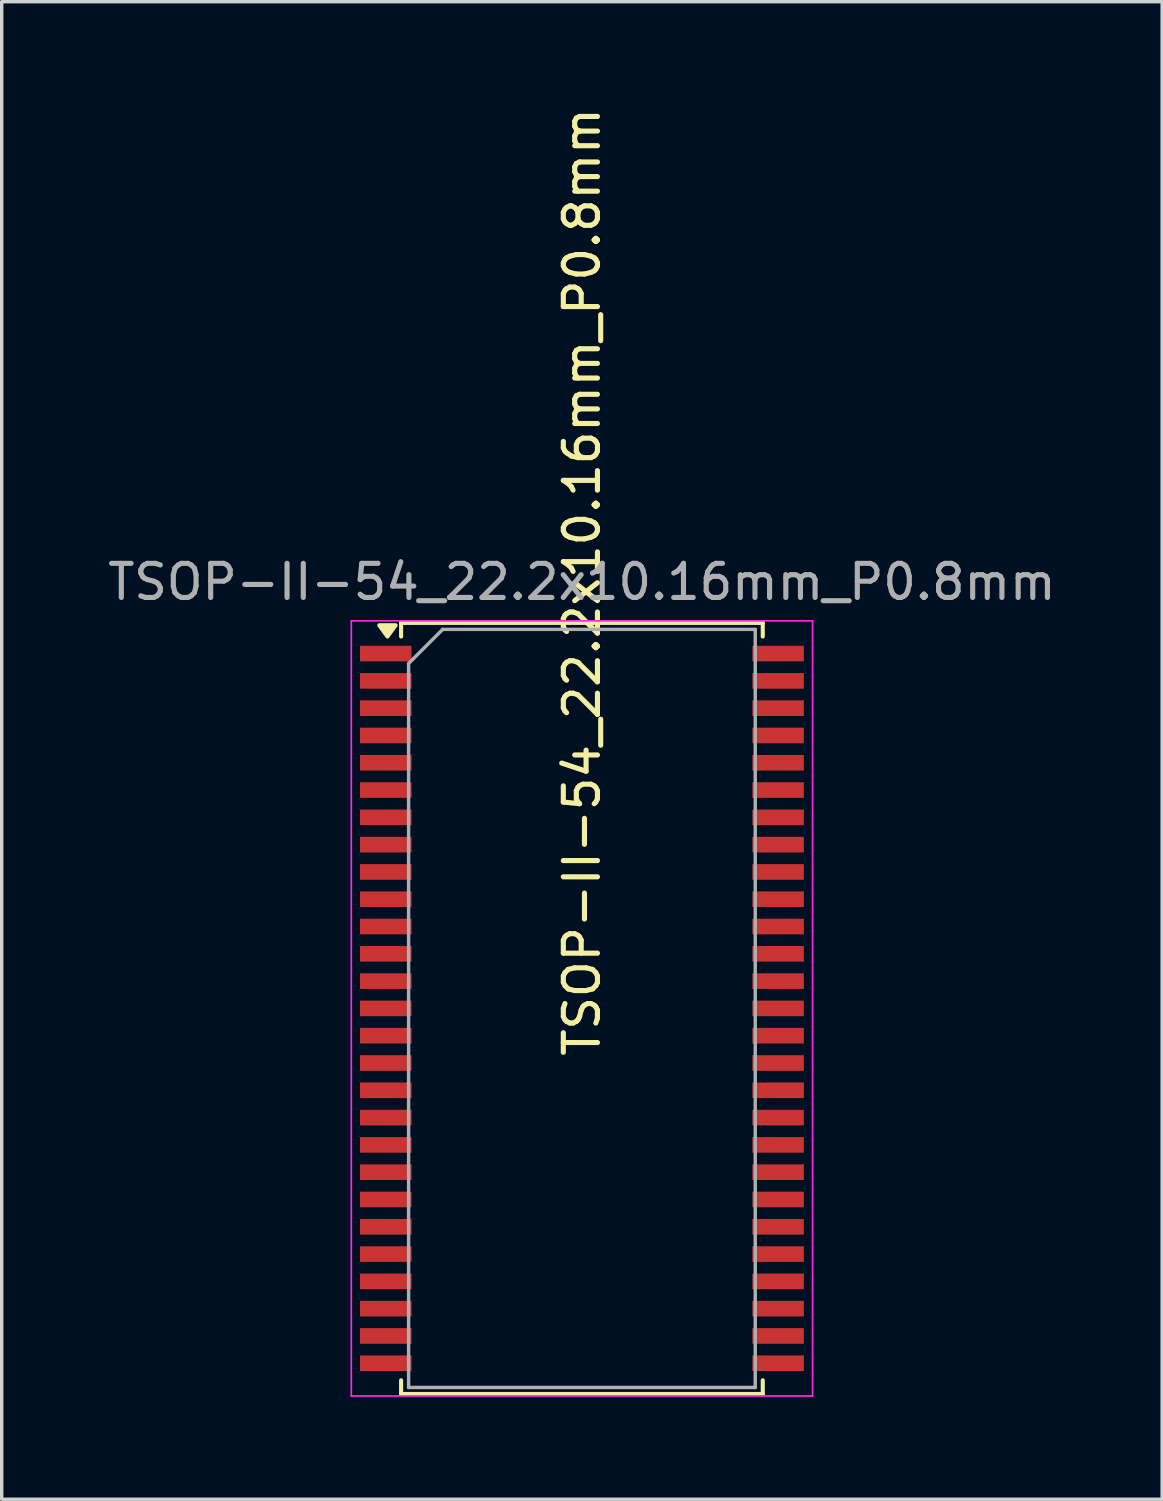
<source format=kicad_pcb>
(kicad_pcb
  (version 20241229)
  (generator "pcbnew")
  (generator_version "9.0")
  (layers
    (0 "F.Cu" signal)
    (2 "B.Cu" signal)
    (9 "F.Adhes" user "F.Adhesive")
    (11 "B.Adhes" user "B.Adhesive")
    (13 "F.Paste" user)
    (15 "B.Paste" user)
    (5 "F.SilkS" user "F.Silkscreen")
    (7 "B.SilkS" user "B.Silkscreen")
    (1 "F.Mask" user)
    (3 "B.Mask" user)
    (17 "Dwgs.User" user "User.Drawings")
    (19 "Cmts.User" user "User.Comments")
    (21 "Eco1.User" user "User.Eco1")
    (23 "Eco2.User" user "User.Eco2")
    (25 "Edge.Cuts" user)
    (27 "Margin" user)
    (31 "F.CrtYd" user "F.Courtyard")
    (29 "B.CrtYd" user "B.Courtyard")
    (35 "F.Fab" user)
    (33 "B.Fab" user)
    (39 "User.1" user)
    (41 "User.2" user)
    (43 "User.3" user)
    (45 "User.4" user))
  (footprint "TSOP-II-54_22.2x10.16mm_P0.8mm"
    (layer "F.Cu")
    (at 14.006 26.506)
    (property "Reference" "TSOP-II-54_22.2x10.16mm_P0.8mm" (at 0 -12.5 270) (layer "F.SilkS") (effects (font (size 1 1) (thickness 0.15))))
    (attr smd)
    (fp_line (start -5.3 -11.3) (end 5.3 -11.3) (stroke (width 0.12) (type solid)) (layer "F.SilkS"))
    (fp_line (start -5.3 -10.9) (end -5.3 -11.3) (stroke (width 0.12) (type solid)) (layer "F.SilkS"))
    (fp_line (start -5.3 10.9) (end -5.3 11.3) (stroke (width 0.12) (type solid)) (layer "F.SilkS"))
    (fp_line (start -5.3 11.3) (end 5.3 11.3) (stroke (width 0.12) (type solid)) (layer "F.SilkS"))
    (fp_line (start 5.3 -11.3) (end 5.3 -10.9) (stroke (width 0.12) (type solid)) (layer "F.SilkS"))
    (fp_line (start 5.3 10.9) (end 5.3 11.3) (stroke (width 0.12) (type solid)) (layer "F.SilkS"))
    (fp_poly (pts (xy -5.7 -10.9) (xy -5.94 -11.23) (xy -5.46 -11.23) (xy -5.7 -10.9)) (stroke (width 0.12) (type solid)) (fill yes) (layer "F.SilkS"))
    (fp_line (start -6.76 -11.36) (end -6.76 11.36) (stroke (width 0.05) (type solid)) (layer "F.CrtYd"))
    (fp_line (start -6.76 -11.36) (end 6.76 -11.36) (stroke (width 0.05) (type solid)) (layer "F.CrtYd"))
    (fp_line (start 6.76 -11.36) (end 6.76 11.36) (stroke (width 0.05) (type solid)) (layer "F.CrtYd"))
    (fp_line (start 6.76 11.36) (end -6.76 11.36) (stroke (width 0.05) (type solid)) (layer "F.CrtYd"))
    (fp_line (start -5.08 11.11) (end -5.08 -10.11) (stroke (width 0.1) (type solid)) (layer "F.Fab"))
    (fp_line (start -4.08 -11.11) (end -5.08 -10.11) (stroke (width 0.1) (type solid)) (layer "F.Fab"))
    (fp_line (start -4.08 -11.11) (end 5.08 -11.11) (stroke (width 0.1) (type solid)) (layer "F.Fab"))
    (fp_line (start 5.08 -11.11) (end 5.08 11.11) (stroke (width 0.1) (type solid)) (layer "F.Fab"))
    (fp_line (start 5.08 11.11) (end -5.08 11.11) (stroke (width 0.1) (type solid)) (layer "F.Fab"))
    (fp_text user "${REFERENCE}" (at 0 -12.5 180) (layer "F.Fab") (effects (font (size 1 1) (thickness 0.15))))
    (pad "1" smd rect (at -5.75 -10.4) (size 1.51 0.458) (layers "F.Cu" "F.Mask" "F.Paste"))
    (pad "2" smd rect (at -5.75 -9.6) (size 1.51 0.458) (layers "F.Cu" "F.Mask" "F.Paste"))
    (pad "3" smd rect (at -5.75 -8.8) (size 1.51 0.458) (layers "F.Cu" "F.Mask" "F.Paste"))
    (pad "4" smd rect (at -5.75 -8) (size 1.51 0.458) (layers "F.Cu" "F.Mask" "F.Paste"))
    (pad "5" smd rect (at -5.75 -7.2) (size 1.51 0.458) (layers "F.Cu" "F.Mask" "F.Paste"))
    (pad "6" smd rect (at -5.75 -6.4) (size 1.51 0.458) (layers "F.Cu" "F.Mask" "F.Paste"))
    (pad "7" smd rect (at -5.75 -5.6) (size 1.51 0.458) (layers "F.Cu" "F.Mask" "F.Paste"))
    (pad "8" smd rect (at -5.75 -4.8) (size 1.51 0.458) (layers "F.Cu" "F.Mask" "F.Paste"))
    (pad "9" smd rect (at -5.75 -4) (size 1.51 0.458) (layers "F.Cu" "F.Mask" "F.Paste"))
    (pad "10" smd rect (at -5.75 -3.2) (size 1.51 0.458) (layers "F.Cu" "F.Mask" "F.Paste"))
    (pad "11" smd rect (at -5.75 -2.4) (size 1.51 0.458) (layers "F.Cu" "F.Mask" "F.Paste"))
    (pad "12" smd rect (at -5.75 -1.6) (size 1.51 0.458) (layers "F.Cu" "F.Mask" "F.Paste"))
    (pad "13" smd rect (at -5.75 -0.8) (size 1.51 0.458) (layers "F.Cu" "F.Mask" "F.Paste"))
    (pad "14" smd rect (at -5.75 0) (size 1.51 0.458) (layers "F.Cu" "F.Mask" "F.Paste"))
    (pad "15" smd rect (at -5.75 0.8) (size 1.51 0.458) (layers "F.Cu" "F.Mask" "F.Paste"))
    (pad "16" smd rect (at -5.75 1.6) (size 1.51 0.458) (layers "F.Cu" "F.Mask" "F.Paste"))
    (pad "17" smd rect (at -5.75 2.4) (size 1.51 0.458) (layers "F.Cu" "F.Mask" "F.Paste"))
    (pad "18" smd rect (at -5.75 3.2) (size 1.51 0.458) (layers "F.Cu" "F.Mask" "F.Paste"))
    (pad "19" smd rect (at -5.75 4) (size 1.51 0.458) (layers "F.Cu" "F.Mask" "F.Paste"))
    (pad "20" smd rect (at -5.75 4.8) (size 1.51 0.458) (layers "F.Cu" "F.Mask" "F.Paste"))
    (pad "21" smd rect (at -5.75 5.6) (size 1.51 0.458) (layers "F.Cu" "F.Mask" "F.Paste"))
    (pad "22" smd rect (at -5.75 6.4) (size 1.51 0.458) (layers "F.Cu" "F.Mask" "F.Paste"))
    (pad "23" smd rect (at -5.75 7.2) (size 1.51 0.458) (layers "F.Cu" "F.Mask" "F.Paste"))
    (pad "24" smd rect (at -5.75 8) (size 1.51 0.458) (layers "F.Cu" "F.Mask" "F.Paste"))
    (pad "25" smd rect (at -5.75 8.8) (size 1.51 0.458) (layers "F.Cu" "F.Mask" "F.Paste"))
    (pad "26" smd rect (at -5.75 9.6) (size 1.51 0.458) (layers "F.Cu" "F.Mask" "F.Paste"))
    (pad "27" smd rect (at -5.75 10.4) (size 1.51 0.458) (layers "F.Cu" "F.Mask" "F.Paste"))
    (pad "28" smd rect (at 5.75 10.4) (size 1.51 0.458) (layers "F.Cu" "F.Mask" "F.Paste"))
    (pad "29" smd rect (at 5.75 9.6) (size 1.51 0.458) (layers "F.Cu" "F.Mask" "F.Paste"))
    (pad "30" smd rect (at 5.75 8.8) (size 1.51 0.458) (layers "F.Cu" "F.Mask" "F.Paste"))
    (pad "31" smd rect (at 5.75 8) (size 1.51 0.458) (layers "F.Cu" "F.Mask" "F.Paste"))
    (pad "32" smd rect (at 5.75 7.2) (size 1.51 0.458) (layers "F.Cu" "F.Mask" "F.Paste"))
    (pad "33" smd rect (at 5.75 6.4) (size 1.51 0.458) (layers "F.Cu" "F.Mask" "F.Paste"))
    (pad "34" smd rect (at 5.75 5.6) (size 1.51 0.458) (layers "F.Cu" "F.Mask" "F.Paste"))
    (pad "35" smd rect (at 5.75 4.8) (size 1.51 0.458) (layers "F.Cu" "F.Mask" "F.Paste"))
    (pad "36" smd rect (at 5.75 4) (size 1.51 0.458) (layers "F.Cu" "F.Mask" "F.Paste"))
    (pad "37" smd rect (at 5.75 3.2) (size 1.51 0.458) (layers "F.Cu" "F.Mask" "F.Paste"))
    (pad "38" smd rect (at 5.75 2.4) (size 1.51 0.458) (layers "F.Cu" "F.Mask" "F.Paste"))
    (pad "39" smd rect (at 5.75 1.6) (size 1.51 0.458) (layers "F.Cu" "F.Mask" "F.Paste"))
    (pad "40" smd rect (at 5.75 0.8) (size 1.51 0.458) (layers "F.Cu" "F.Mask" "F.Paste"))
    (pad "41" smd rect (at 5.75 0) (size 1.51 0.458) (layers "F.Cu" "F.Mask" "F.Paste"))
    (pad "42" smd rect (at 5.75 -0.8) (size 1.51 0.458) (layers "F.Cu" "F.Mask" "F.Paste"))
    (pad "43" smd rect (at 5.75 -1.6) (size 1.51 0.458) (layers "F.Cu" "F.Mask" "F.Paste"))
    (pad "44" smd rect (at 5.75 -2.4) (size 1.51 0.458) (layers "F.Cu" "F.Mask" "F.Paste"))
    (pad "45" smd rect (at 5.75 -3.2) (size 1.51 0.458) (layers "F.Cu" "F.Mask" "F.Paste"))
    (pad "46" smd rect (at 5.75 -4) (size 1.51 0.458) (layers "F.Cu" "F.Mask" "F.Paste"))
    (pad "47" smd rect (at 5.75 -4.8) (size 1.51 0.458) (layers "F.Cu" "F.Mask" "F.Paste"))
    (pad "48" smd rect (at 5.75 -5.6) (size 1.51 0.458) (layers "F.Cu" "F.Mask" "F.Paste"))
    (pad "49" smd rect (at 5.75 -6.4) (size 1.51 0.458) (layers "F.Cu" "F.Mask" "F.Paste"))
    (pad "50" smd rect (at 5.75 -7.2) (size 1.51 0.458) (layers "F.Cu" "F.Mask" "F.Paste"))
    (pad "51" smd rect (at 5.75 -8) (size 1.51 0.458) (layers "F.Cu" "F.Mask" "F.Paste"))
    (pad "52" smd rect (at 5.75 -8.8) (size 1.51 0.458) (layers "F.Cu" "F.Mask" "F.Paste"))
    (pad "53" smd rect (at 5.75 -9.6) (size 1.51 0.458) (layers "F.Cu" "F.Mask" "F.Paste"))
    (pad "54" smd rect (at 5.75 -10.4) (size 1.51 0.458) (layers "F.Cu" "F.Mask" "F.Paste")))
  (gr_rect
    (start -3 -3)
    (end 31.012 40.891)
    (stroke (width 0.1) (type default))
    (fill no)
    (layer "Edge.Cuts")))
</source>
